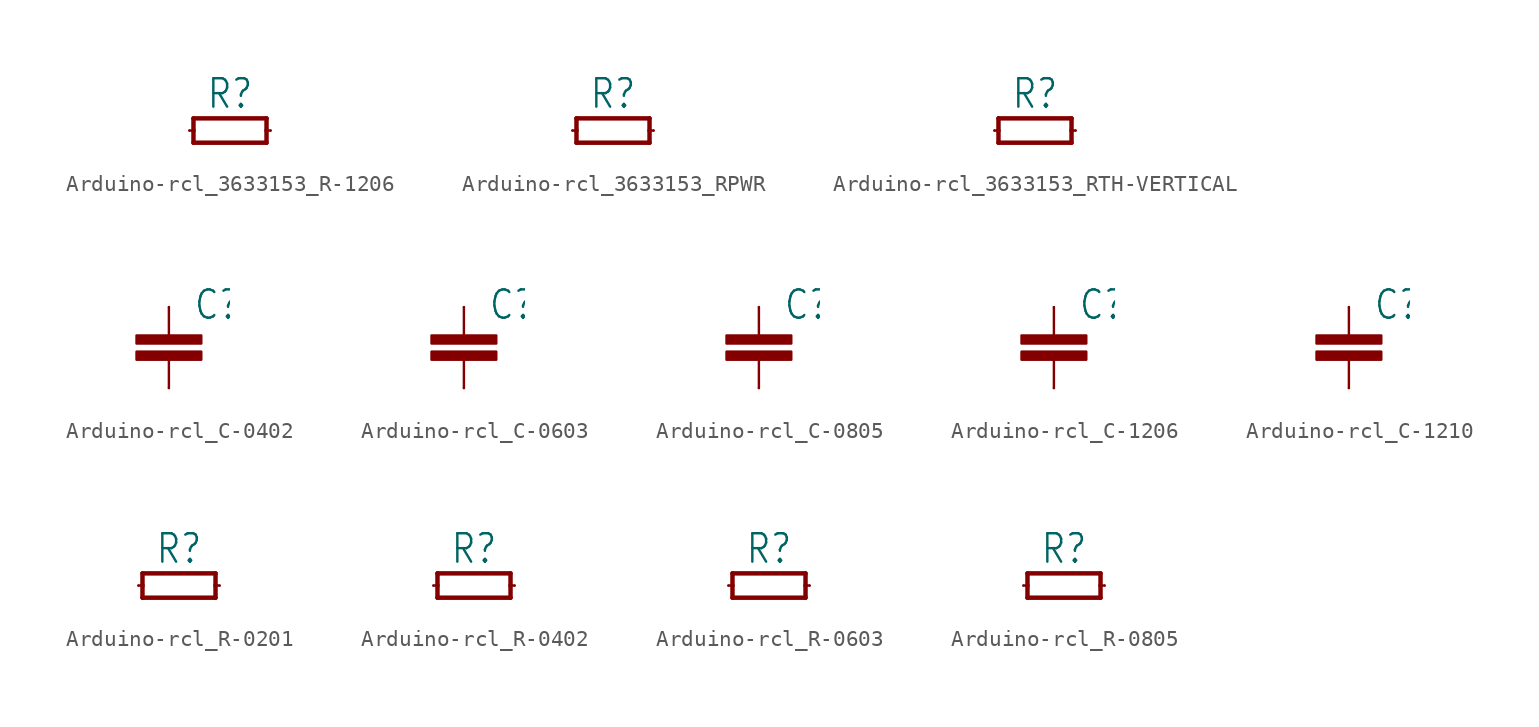
<source format=kicad_sym>
(kicad_symbol_lib
  (version 20241209)
  (generator "kicad_symbol_editor")
  (generator_version "9.0")
  (symbol "Arduino-rcl_3633153_R-1206"
    (property "Reference" "R"
      (at 0 1.27 0)
      (effects (font (size 1.778 1.511)) (justify bottom)))
    (property "Value" ""
      (at 0 -1.27 0)
      (effects (font (size 1.778 1.511)) (justify top)))
    (property "ki_locked" ""
      (at 0 0 0)
      (effects (font (size 1.27 1.27))))
    (symbol "Arduino-rcl_3633153_R-1206_1_0"
      (polyline (pts (xy -2.54 0) (xy -2.286 0)) (stroke (width 0.152) (type solid)) (fill (type none)))
      (polyline (pts (xy -2.286 0.762) (xy 2.286 0.762)) (stroke (width 0.279) (type solid)) (fill (type none)))
      (polyline (pts (xy -2.286 0) (xy -2.286 0.762)) (stroke (width 0.279) (type solid)) (fill (type none)))
      (polyline (pts (xy -2.286 -0.762) (xy -2.286 0)) (stroke (width 0.279) (type solid)) (fill (type none)))
      (polyline (pts (xy -2.286 -0.762) (xy 2.286 -0.762)) (stroke (width 0.279) (type solid)) (fill (type none)))
      (polyline (pts (xy 2.286 0.762) (xy 2.286 0)) (stroke (width 0.279) (type solid)) (fill (type none)))
      (polyline (pts (xy 2.286 0) (xy 2.286 -0.762)) (stroke (width 0.279) (type solid)) (fill (type none)))
      (polyline (pts (xy 2.286 0) (xy 2.54 0)) (stroke (width 0.152) (type solid)) (fill (type none)))
      (pin passive line (at -2.54 0 0) (length 0) (name "1" (effects (font (size 0 0)))) (number "1" (effects (font (size 0 0)))))
      (pin passive line (at 2.54 0 180) (length 0) (name "2" (effects (font (size 0 0)))) (number "2" (effects (font (size 0 0)))))))
  (symbol "Arduino-rcl_3633153_RPWR"
    (property "Reference" "R"
      (at 0 1.27 0)
      (effects (font (size 1.778 1.511)) (justify bottom)))
    (property "Value" ""
      (at 0 -1.27 0)
      (effects (font (size 1.778 1.511)) (justify top)))
    (property "ki_locked" ""
      (at 0 0 0)
      (effects (font (size 1.27 1.27))))
    (symbol "Arduino-rcl_3633153_RPWR_1_0"
      (polyline (pts (xy -2.54 0) (xy -2.286 0)) (stroke (width 0.152) (type solid)) (fill (type none)))
      (polyline (pts (xy -2.286 0.762) (xy 2.286 0.762)) (stroke (width 0.279) (type solid)) (fill (type none)))
      (polyline (pts (xy -2.286 0) (xy -2.286 0.762)) (stroke (width 0.279) (type solid)) (fill (type none)))
      (polyline (pts (xy -2.286 -0.762) (xy -2.286 0)) (stroke (width 0.279) (type solid)) (fill (type none)))
      (polyline (pts (xy -2.286 -0.762) (xy 2.286 -0.762)) (stroke (width 0.279) (type solid)) (fill (type none)))
      (polyline (pts (xy 2.286 0.762) (xy 2.286 0)) (stroke (width 0.279) (type solid)) (fill (type none)))
      (polyline (pts (xy 2.286 0) (xy 2.286 -0.762)) (stroke (width 0.279) (type solid)) (fill (type none)))
      (polyline (pts (xy 2.286 0) (xy 2.54 0)) (stroke (width 0.152) (type solid)) (fill (type none)))
      (pin passive line (at -2.54 0 0) (length 0) (name "1" (effects (font (size 0 0)))) (number "1" (effects (font (size 0 0)))))
      (pin passive line (at 2.54 0 180) (length 0) (name "2" (effects (font (size 0 0)))) (number "2" (effects (font (size 0 0)))))))
  (symbol "Arduino-rcl_3633153_RTH-VERTICAL"
    (property "Reference" "R"
      (at 0 1.27 0)
      (effects (font (size 1.778 1.511)) (justify bottom)))
    (property "Value" ""
      (at 0 -1.27 0)
      (effects (font (size 1.778 1.511)) (justify top)))
    (property "ki_locked" ""
      (at 0 0 0)
      (effects (font (size 1.27 1.27))))
    (symbol "Arduino-rcl_3633153_RTH-VERTICAL_1_0"
      (polyline (pts (xy -2.54 0) (xy -2.286 0)) (stroke (width 0.152) (type solid)) (fill (type none)))
      (polyline (pts (xy -2.286 0.762) (xy 2.286 0.762)) (stroke (width 0.279) (type solid)) (fill (type none)))
      (polyline (pts (xy -2.286 0) (xy -2.286 0.762)) (stroke (width 0.279) (type solid)) (fill (type none)))
      (polyline (pts (xy -2.286 -0.762) (xy -2.286 0)) (stroke (width 0.279) (type solid)) (fill (type none)))
      (polyline (pts (xy -2.286 -0.762) (xy 2.286 -0.762)) (stroke (width 0.279) (type solid)) (fill (type none)))
      (polyline (pts (xy 2.286 0.762) (xy 2.286 0)) (stroke (width 0.279) (type solid)) (fill (type none)))
      (polyline (pts (xy 2.286 0) (xy 2.286 -0.762)) (stroke (width 0.279) (type solid)) (fill (type none)))
      (polyline (pts (xy 2.286 0) (xy 2.54 0)) (stroke (width 0.152) (type solid)) (fill (type none)))
      (pin passive line (at -2.54 0 0) (length 0) (name "1" (effects (font (size 0 0)))) (number "1" (effects (font (size 0 0)))))
      (pin passive line (at 2.54 0 180) (length 0) (name "2" (effects (font (size 0 0)))) (number "2" (effects (font (size 0 0)))))))
  (symbol "Arduino-rcl_C-0402"
    (property "Reference" "C"
      (at 1.524 1.651 0)
      (effects (font (size 1.778 1.511)) (justify left bottom)))
    (property "Value" ""
      (at 1.524 -3.429 0)
      (effects (font (size 1.778 1.511)) (justify left bottom)))
    (property "ki_locked" ""
      (at 0 0 0)
      (effects (font (size 1.27 1.27))))
    (symbol "Arduino-rcl_C-0402_1_0"
      (rectangle (start -2.032 0.254) (end 2.032 0.762) (stroke (width 0) (type default)) (fill (type outline)))
      (rectangle (start -2.032 -0.762) (end 2.032 -0.254) (stroke (width 0) (type default)) (fill (type outline)))
      (polyline (pts (xy 0 2.54) (xy 0 0.762)) (stroke (width 0.152) (type solid)) (fill (type none)))
      (polyline (pts (xy 0 -2.54) (xy 0 -0.762)) (stroke (width 0.152) (type solid)) (fill (type none)))
      (pin passive line (at 0 2.54 270) (length 0) (name "1" (effects (font (size 0 0)))) (number "1" (effects (font (size 0 0)))))
      (pin passive line (at 0 -2.54 90) (length 0) (name "2" (effects (font (size 0 0)))) (number "2" (effects (font (size 0 0)))))))
  (symbol "Arduino-rcl_C-0603"
    (property "Reference" "C"
      (at 1.524 1.651 0)
      (effects (font (size 1.778 1.511)) (justify left bottom)))
    (property "Value" ""
      (at 1.524 -3.429 0)
      (effects (font (size 1.778 1.511)) (justify left bottom)))
    (property "ki_locked" ""
      (at 0 0 0)
      (effects (font (size 1.27 1.27))))
    (symbol "Arduino-rcl_C-0603_1_0"
      (rectangle (start -2.032 0.254) (end 2.032 0.762) (stroke (width 0) (type default)) (fill (type outline)))
      (rectangle (start -2.032 -0.762) (end 2.032 -0.254) (stroke (width 0) (type default)) (fill (type outline)))
      (polyline (pts (xy 0 2.54) (xy 0 0.762)) (stroke (width 0.152) (type solid)) (fill (type none)))
      (polyline (pts (xy 0 -2.54) (xy 0 -0.762)) (stroke (width 0.152) (type solid)) (fill (type none)))
      (pin passive line (at 0 2.54 270) (length 0) (name "1" (effects (font (size 0 0)))) (number "1" (effects (font (size 0 0)))))
      (pin passive line (at 0 -2.54 90) (length 0) (name "2" (effects (font (size 0 0)))) (number "2" (effects (font (size 0 0)))))))
  (symbol "Arduino-rcl_C-0805"
    (property "Reference" "C"
      (at 1.524 1.651 0)
      (effects (font (size 1.778 1.511)) (justify left bottom)))
    (property "Value" ""
      (at 1.524 -3.429 0)
      (effects (font (size 1.778 1.511)) (justify left bottom)))
    (property "ki_locked" ""
      (at 0 0 0)
      (effects (font (size 1.27 1.27))))
    (symbol "Arduino-rcl_C-0805_1_0"
      (rectangle (start -2.032 0.254) (end 2.032 0.762) (stroke (width 0) (type default)) (fill (type outline)))
      (rectangle (start -2.032 -0.762) (end 2.032 -0.254) (stroke (width 0) (type default)) (fill (type outline)))
      (polyline (pts (xy 0 2.54) (xy 0 0.762)) (stroke (width 0.152) (type solid)) (fill (type none)))
      (polyline (pts (xy 0 -2.54) (xy 0 -0.762)) (stroke (width 0.152) (type solid)) (fill (type none)))
      (pin passive line (at 0 2.54 270) (length 0) (name "1" (effects (font (size 0 0)))) (number "1" (effects (font (size 0 0)))))
      (pin passive line (at 0 -2.54 90) (length 0) (name "2" (effects (font (size 0 0)))) (number "2" (effects (font (size 0 0)))))))
  (symbol "Arduino-rcl_C-1206"
    (property "Reference" "C"
      (at 1.524 1.651 0)
      (effects (font (size 1.778 1.511)) (justify left bottom)))
    (property "Value" ""
      (at 1.524 -3.429 0)
      (effects (font (size 1.778 1.511)) (justify left bottom)))
    (property "ki_locked" ""
      (at 0 0 0)
      (effects (font (size 1.27 1.27))))
    (symbol "Arduino-rcl_C-1206_1_0"
      (rectangle (start -2.032 0.254) (end 2.032 0.762) (stroke (width 0) (type default)) (fill (type outline)))
      (rectangle (start -2.032 -0.762) (end 2.032 -0.254) (stroke (width 0) (type default)) (fill (type outline)))
      (polyline (pts (xy 0 2.54) (xy 0 0.762)) (stroke (width 0.152) (type solid)) (fill (type none)))
      (polyline (pts (xy 0 -2.54) (xy 0 -0.762)) (stroke (width 0.152) (type solid)) (fill (type none)))
      (pin passive line (at 0 2.54 270) (length 0) (name "1" (effects (font (size 0 0)))) (number "1" (effects (font (size 0 0)))))
      (pin passive line (at 0 -2.54 90) (length 0) (name "2" (effects (font (size 0 0)))) (number "2" (effects (font (size 0 0)))))))
  (symbol "Arduino-rcl_C-1210"
    (property "Reference" "C"
      (at 1.524 1.651 0)
      (effects (font (size 1.778 1.511)) (justify left bottom)))
    (property "Value" ""
      (at 1.524 -3.429 0)
      (effects (font (size 1.778 1.511)) (justify left bottom)))
    (property "ki_locked" ""
      (at 0 0 0)
      (effects (font (size 1.27 1.27))))
    (symbol "Arduino-rcl_C-1210_1_0"
      (rectangle (start -2.032 0.254) (end 2.032 0.762) (stroke (width 0) (type default)) (fill (type outline)))
      (rectangle (start -2.032 -0.762) (end 2.032 -0.254) (stroke (width 0) (type default)) (fill (type outline)))
      (polyline (pts (xy 0 2.54) (xy 0 0.762)) (stroke (width 0.152) (type solid)) (fill (type none)))
      (polyline (pts (xy 0 -2.54) (xy 0 -0.762)) (stroke (width 0.152) (type solid)) (fill (type none)))
      (pin passive line (at 0 2.54 270) (length 0) (name "1" (effects (font (size 0 0)))) (number "1" (effects (font (size 0 0)))))
      (pin passive line (at 0 -2.54 90) (length 0) (name "2" (effects (font (size 0 0)))) (number "2" (effects (font (size 0 0)))))))
  (symbol "Arduino-rcl_R-0201"
    (property "Reference" "R"
      (at 0 1.27 0)
      (effects (font (size 1.778 1.511)) (justify bottom)))
    (property "Value" ""
      (at 0 -1.27 0)
      (effects (font (size 1.778 1.511)) (justify top)))
    (property "ki_locked" ""
      (at 0 0 0)
      (effects (font (size 1.27 1.27))))
    (symbol "Arduino-rcl_R-0201_1_0"
      (polyline (pts (xy -2.54 0) (xy -2.286 0)) (stroke (width 0.152) (type solid)) (fill (type none)))
      (polyline (pts (xy -2.286 0.762) (xy 2.286 0.762)) (stroke (width 0.279) (type solid)) (fill (type none)))
      (polyline (pts (xy -2.286 0) (xy -2.286 0.762)) (stroke (width 0.279) (type solid)) (fill (type none)))
      (polyline (pts (xy -2.286 -0.762) (xy -2.286 0)) (stroke (width 0.279) (type solid)) (fill (type none)))
      (polyline (pts (xy -2.286 -0.762) (xy 2.286 -0.762)) (stroke (width 0.279) (type solid)) (fill (type none)))
      (polyline (pts (xy 2.286 0.762) (xy 2.286 0)) (stroke (width 0.279) (type solid)) (fill (type none)))
      (polyline (pts (xy 2.286 0) (xy 2.286 -0.762)) (stroke (width 0.279) (type solid)) (fill (type none)))
      (polyline (pts (xy 2.286 0) (xy 2.54 0)) (stroke (width 0.152) (type solid)) (fill (type none)))
      (pin passive line (at -2.54 0 0) (length 0) (name "1" (effects (font (size 0 0)))) (number "1" (effects (font (size 0 0)))))
      (pin passive line (at 2.54 0 180) (length 0) (name "2" (effects (font (size 0 0)))) (number "2" (effects (font (size 0 0)))))))
  (symbol "Arduino-rcl_R-0402"
    (property "Reference" "R"
      (at 0 1.27 0)
      (effects (font (size 1.778 1.511)) (justify bottom)))
    (property "Value" ""
      (at 0 -1.27 0)
      (effects (font (size 1.778 1.511)) (justify top)))
    (property "ki_locked" ""
      (at 0 0 0)
      (effects (font (size 1.27 1.27))))
    (symbol "Arduino-rcl_R-0402_1_0"
      (polyline (pts (xy -2.54 0) (xy -2.286 0)) (stroke (width 0.152) (type solid)) (fill (type none)))
      (polyline (pts (xy -2.286 0.762) (xy 2.286 0.762)) (stroke (width 0.279) (type solid)) (fill (type none)))
      (polyline (pts (xy -2.286 0) (xy -2.286 0.762)) (stroke (width 0.279) (type solid)) (fill (type none)))
      (polyline (pts (xy -2.286 -0.762) (xy -2.286 0)) (stroke (width 0.279) (type solid)) (fill (type none)))
      (polyline (pts (xy -2.286 -0.762) (xy 2.286 -0.762)) (stroke (width 0.279) (type solid)) (fill (type none)))
      (polyline (pts (xy 2.286 0.762) (xy 2.286 0)) (stroke (width 0.279) (type solid)) (fill (type none)))
      (polyline (pts (xy 2.286 0) (xy 2.286 -0.762)) (stroke (width 0.279) (type solid)) (fill (type none)))
      (polyline (pts (xy 2.286 0) (xy 2.54 0)) (stroke (width 0.152) (type solid)) (fill (type none)))
      (pin passive line (at -2.54 0 0) (length 0) (name "1" (effects (font (size 0 0)))) (number "1" (effects (font (size 0 0)))))
      (pin passive line (at 2.54 0 180) (length 0) (name "2" (effects (font (size 0 0)))) (number "2" (effects (font (size 0 0)))))))
  (symbol "Arduino-rcl_R-0603"
    (property "Reference" "R"
      (at 0 1.27 0)
      (effects (font (size 1.778 1.511)) (justify bottom)))
    (property "Value" ""
      (at 0 -1.27 0)
      (effects (font (size 1.778 1.511)) (justify top)))
    (property "ki_locked" ""
      (at 0 0 0)
      (effects (font (size 1.27 1.27))))
    (symbol "Arduino-rcl_R-0603_1_0"
      (polyline (pts (xy -2.54 0) (xy -2.286 0)) (stroke (width 0.152) (type solid)) (fill (type none)))
      (polyline (pts (xy -2.286 0.762) (xy 2.286 0.762)) (stroke (width 0.279) (type solid)) (fill (type none)))
      (polyline (pts (xy -2.286 0) (xy -2.286 0.762)) (stroke (width 0.279) (type solid)) (fill (type none)))
      (polyline (pts (xy -2.286 -0.762) (xy -2.286 0)) (stroke (width 0.279) (type solid)) (fill (type none)))
      (polyline (pts (xy -2.286 -0.762) (xy 2.286 -0.762)) (stroke (width 0.279) (type solid)) (fill (type none)))
      (polyline (pts (xy 2.286 0.762) (xy 2.286 0)) (stroke (width 0.279) (type solid)) (fill (type none)))
      (polyline (pts (xy 2.286 0) (xy 2.286 -0.762)) (stroke (width 0.279) (type solid)) (fill (type none)))
      (polyline (pts (xy 2.286 0) (xy 2.54 0)) (stroke (width 0.152) (type solid)) (fill (type none)))
      (pin passive line (at -2.54 0 0) (length 0) (name "1" (effects (font (size 0 0)))) (number "1" (effects (font (size 0 0)))))
      (pin passive line (at 2.54 0 180) (length 0) (name "2" (effects (font (size 0 0)))) (number "2" (effects (font (size 0 0)))))))
  (symbol "Arduino-rcl_R-0805"
    (property "Reference" "R"
      (at 0 1.27 0)
      (effects (font (size 1.778 1.511)) (justify bottom)))
    (property "Value" ""
      (at 0 -1.27 0)
      (effects (font (size 1.778 1.511)) (justify top)))
    (property "ki_locked" ""
      (at 0 0 0)
      (effects (font (size 1.27 1.27))))
    (symbol "Arduino-rcl_R-0805_1_0"
      (polyline (pts (xy -2.54 0) (xy -2.286 0)) (stroke (width 0.152) (type solid)) (fill (type none)))
      (polyline (pts (xy -2.286 0.762) (xy 2.286 0.762)) (stroke (width 0.279) (type solid)) (fill (type none)))
      (polyline (pts (xy -2.286 0) (xy -2.286 0.762)) (stroke (width 0.279) (type solid)) (fill (type none)))
      (polyline (pts (xy -2.286 -0.762) (xy -2.286 0)) (stroke (width 0.279) (type solid)) (fill (type none)))
      (polyline (pts (xy -2.286 -0.762) (xy 2.286 -0.762)) (stroke (width 0.279) (type solid)) (fill (type none)))
      (polyline (pts (xy 2.286 0.762) (xy 2.286 0)) (stroke (width 0.279) (type solid)) (fill (type none)))
      (polyline (pts (xy 2.286 0) (xy 2.286 -0.762)) (stroke (width 0.279) (type solid)) (fill (type none)))
      (polyline (pts (xy 2.286 0) (xy 2.54 0)) (stroke (width 0.152) (type solid)) (fill (type none)))
      (pin passive line (at -2.54 0 0) (length 0) (name "1" (effects (font (size 0 0)))) (number "1" (effects (font (size 0 0)))))
      (pin passive line (at 2.54 0 180) (length 0) (name "2" (effects (font (size 0 0)))) (number "2" (effects (font (size 0 0))))))))
</source>
